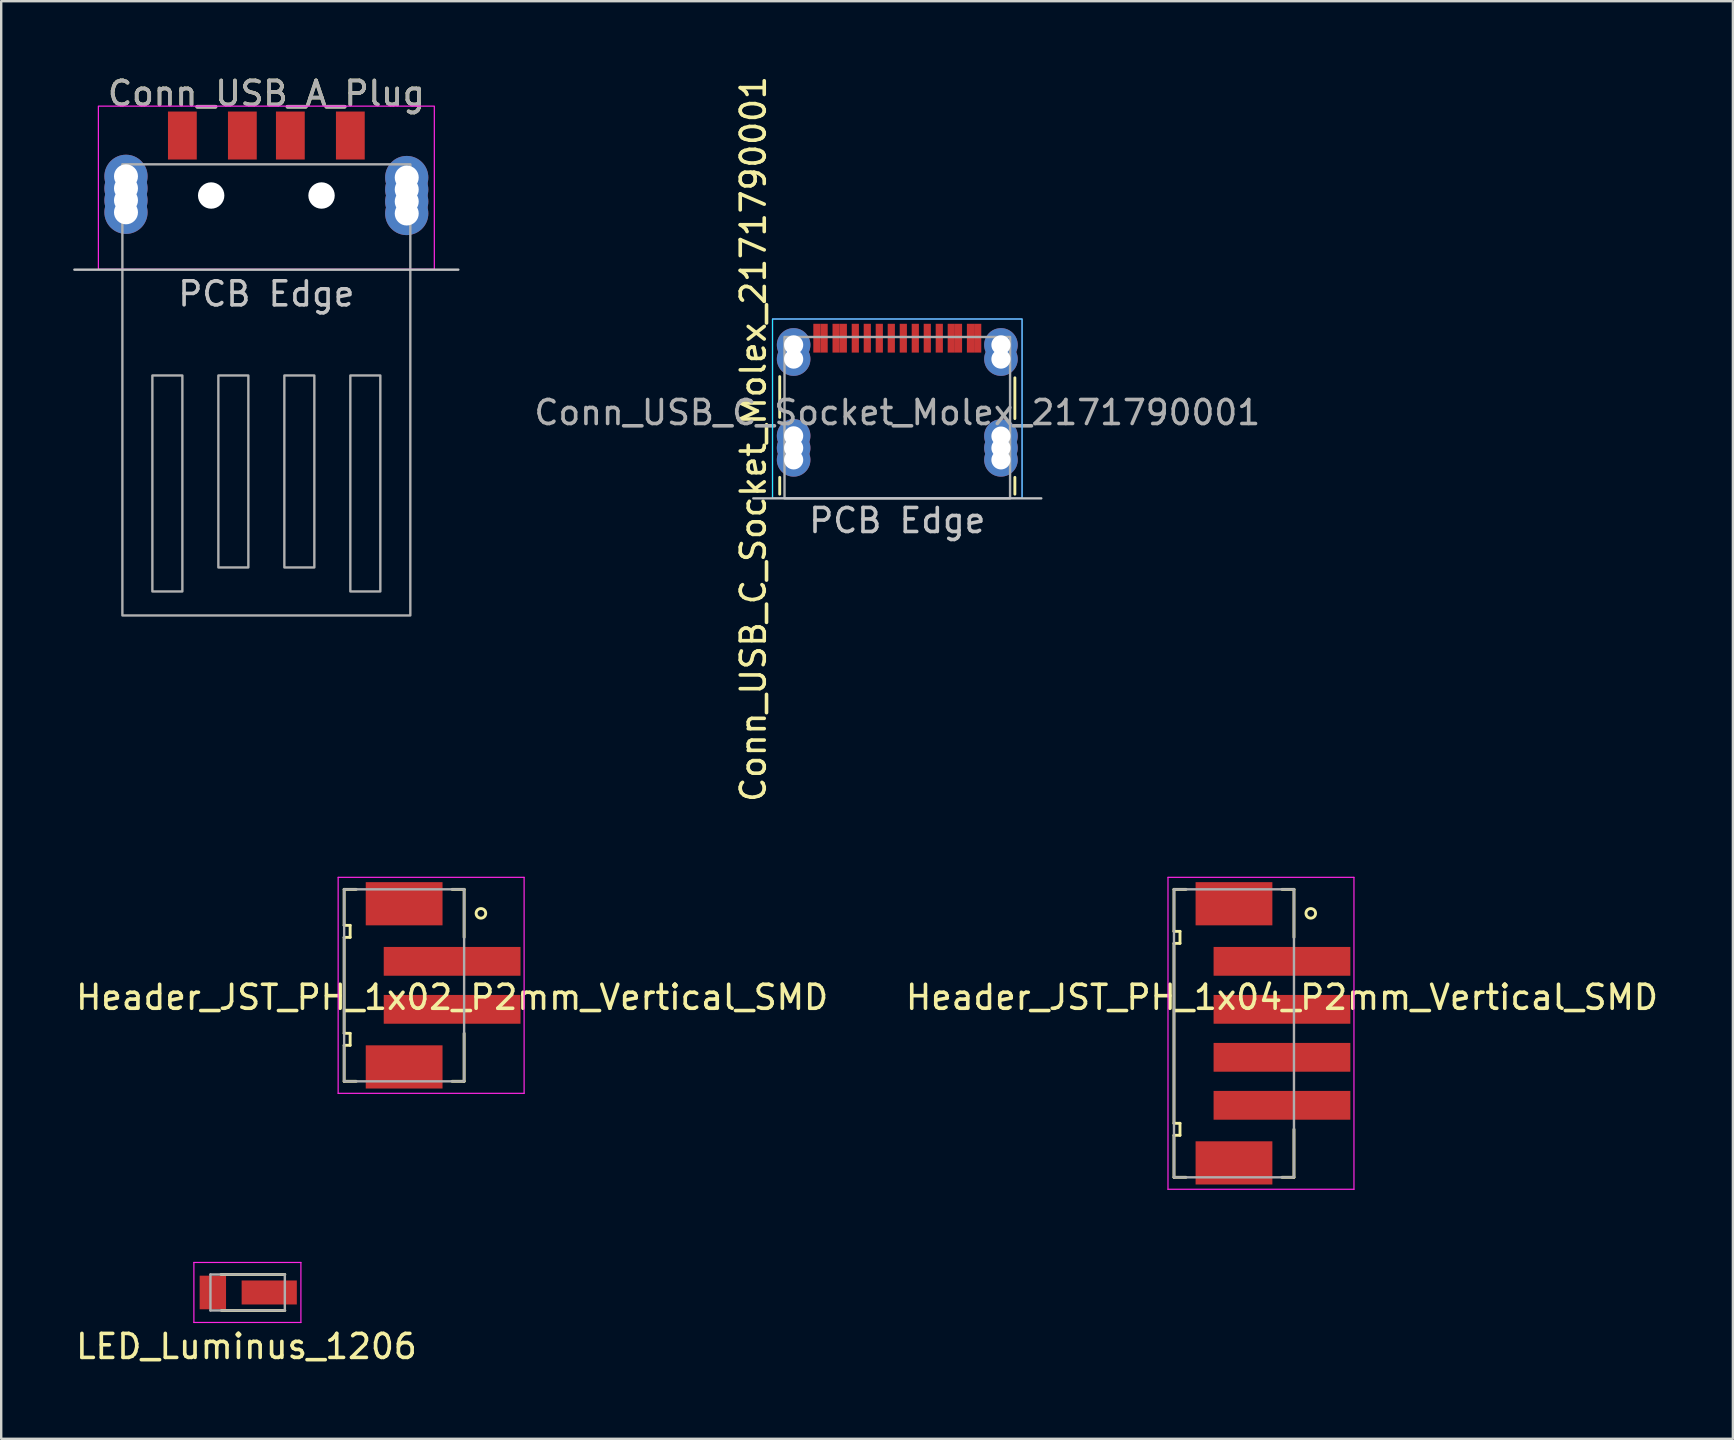
<source format=kicad_pcb>
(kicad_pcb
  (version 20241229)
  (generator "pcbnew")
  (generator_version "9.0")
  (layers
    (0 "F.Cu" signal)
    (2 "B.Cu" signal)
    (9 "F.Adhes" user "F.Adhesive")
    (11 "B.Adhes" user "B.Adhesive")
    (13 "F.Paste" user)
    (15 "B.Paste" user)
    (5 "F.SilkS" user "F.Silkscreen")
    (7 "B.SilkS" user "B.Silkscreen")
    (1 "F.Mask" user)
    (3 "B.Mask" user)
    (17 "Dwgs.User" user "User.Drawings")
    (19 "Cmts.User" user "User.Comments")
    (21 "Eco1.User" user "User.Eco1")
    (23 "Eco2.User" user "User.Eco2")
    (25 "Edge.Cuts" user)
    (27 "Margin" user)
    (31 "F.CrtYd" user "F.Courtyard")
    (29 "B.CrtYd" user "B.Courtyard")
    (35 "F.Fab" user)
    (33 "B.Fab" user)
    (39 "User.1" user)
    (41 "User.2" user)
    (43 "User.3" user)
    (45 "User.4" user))
  (footprint "Conn_USB_C_Socket_Molex_2171790001"
    (layer "F.Cu")
    (at 34.344 11.044)
    (property "Reference" "Conn_USB_C_Socket_Molex_2171790001" (at -6 4.2 90) (unlocked yes) (layer "F.SilkS") (effects (font (size 1 1) (thickness 0.15))))
    (attr smd)
    (fp_line (start -4.9 1.6) (end -4.9 3.3) (stroke (width 0.12) (type solid)) (layer "F.SilkS"))
    (fp_line (start -4.9 6.5) (end -4.9 5.8) (stroke (width 0.12) (type solid)) (layer "F.SilkS"))
    (fp_line (start 4.9 1.65) (end 4.9 3.35) (stroke (width 0.12) (type solid)) (layer "F.SilkS"))
    (fp_line (start 4.9 6.5) (end 4.9 5.8) (stroke (width 0.12) (type solid)) (layer "F.SilkS"))
    (fp_line (start 6 6.675) (end -6 6.675) (stroke (width 0.1) (type solid)) (layer "Dwgs.User"))
    (fp_rect (start -5.2 -0.8) (end 5.2 6.675) (stroke (width 0.05) (type solid)) (fill no) (layer "B.CrtYd"))
    (fp_rect (start -5.2 -0.8) (end 5.2 6.675) (stroke (width 0.05) (type solid)) (fill no) (layer "F.CrtYd"))
    (fp_rect (start -4.7 -0.05) (end 4.7 6.675) (stroke (width 0.1) (type solid)) (fill no) (layer "F.Fab"))
    (fp_text user "PCB Edge" (at 0 7.6 0) (unlocked yes) (layer "Dwgs.User") (effects (font (size 1 1) (thickness 0.15))))
    (fp_text user "${REFERENCE}" (at 0 3.1 0) (unlocked yes) (layer "F.Fab") (effects (font (size 1 1) (thickness 0.15))))
    (pad "A1" smd rect (at -3.35 0) (size 0.3 1.2) (layers "F.Cu" "F.Mask" "F.Paste"))
    (pad "A4" smd rect (at -2.55 0) (size 0.3 1.2) (layers "F.Cu" "F.Mask" "F.Paste"))
    (pad "A5" smd rect (at -1.25 0) (size 0.3 1.2) (layers "F.Cu" "F.Mask" "F.Paste"))
    (pad "A6" smd rect (at -0.25 0) (size 0.3 1.2) (layers "F.Cu" "F.Mask" "F.Paste"))
    (pad "A7" smd rect (at 0.25 0) (size 0.3 1.2) (layers "F.Cu" "F.Mask" "F.Paste"))
    (pad "A8" smd rect (at 1.25 0) (size 0.3 1.2) (layers "F.Cu" "F.Mask" "F.Paste"))
    (pad "A9" smd rect (at 2.55 0) (size 0.3 1.2) (layers "F.Cu" "F.Mask" "F.Paste"))
    (pad "A12" smd rect (at 3.35 0) (size 0.3 1.2) (layers "F.Cu" "F.Mask" "F.Paste"))
    (pad "B1" smd rect (at 3.05 0) (size 0.3 1.2) (layers "F.Cu" "F.Mask" "F.Paste"))
    (pad "B4" smd rect (at 2.25 0) (size 0.3 1.2) (layers "F.Cu" "F.Mask" "F.Paste"))
    (pad "B5" smd rect (at 1.75 0) (size 0.3 1.2) (layers "F.Cu" "F.Mask" "F.Paste"))
    (pad "B6" smd rect (at 0.75 0) (size 0.3 1.2) (layers "F.Cu" "F.Mask" "F.Paste"))
    (pad "B7" smd rect (at -0.75 0) (size 0.3 1.2) (layers "F.Cu" "F.Mask" "F.Paste"))
    (pad "B8" smd rect (at -1.75 0) (size 0.3 1.2) (layers "F.Cu" "F.Mask" "F.Paste"))
    (pad "B9" smd rect (at -2.25 0) (size 0.3 1.2) (layers "F.Cu" "F.Mask" "F.Paste"))
    (pad "B12" smd rect (at -3.05 0) (size 0.3 1.2) (layers "F.Cu" "F.Mask" "F.Paste"))
    (pad "S1" thru_hole circle (at -4.32 0.28) (size 1.4 1.4) (drill 0.8) (layers "*.Cu" "*.Mask"))
    (pad "S1" thru_hole circle (at -4.32 0.87) (size 1.4 1.4) (drill 0.8) (layers "*.Cu" "*.Mask"))
    (pad "S1" thru_hole circle (at -4.32 4.07) (size 1.4 1.4) (drill 0.8) (layers "*.Cu" "*.Mask"))
    (pad "S1" thru_hole circle (at -4.32 4.575) (size 1.4 1.4) (drill 0.8) (layers "*.Cu" "*.Mask"))
    (pad "S1" thru_hole circle (at -4.32 5.07) (size 1.4 1.4) (drill 0.8) (layers "*.Cu" "*.Mask"))
    (pad "S1" thru_hole circle (at 4.32 0.28) (size 1.4 1.4) (drill 0.8) (layers "*.Cu" "*.Mask"))
    (pad "S1" thru_hole circle (at 4.32 0.87) (size 1.4 1.4) (drill 0.8) (layers "*.Cu" "*.Mask"))
    (pad "S1" thru_hole circle (at 4.32 4.08) (size 1.4 1.4) (drill 0.8) (layers "*.Cu" "*.Mask"))
    (pad "S1" thru_hole circle (at 4.32 4.575) (size 1.4 1.4) (drill 0.8) (layers "*.Cu" "*.Mask"))
    (pad "S1" thru_hole circle (at 4.32 5.07) (size 1.4 1.4) (drill 0.8) (layers "*.Cu" "*.Mask")))
  (footprint "Header_JST_PH_1x04_P2mm_Vertical_SMD"
    (layer "F.Cu")
    (at 50.375 38.013)
    (property "Reference" "Header_JST_PH_1x04_P2mm_Vertical_SMD" (at 0 0.5 0) (layer "F.SilkS") (effects (font (size 1 1) (thickness 0.15))))
    (attr through_hole)
    (fp_line (start -4.5 -4) (end -4.5 -2.25) (stroke (width 0.12) (type solid)) (layer "F.SilkS"))
    (fp_line (start -4.5 -4) (end -4 -4) (stroke (width 0.12) (type solid)) (layer "F.SilkS"))
    (fp_line (start -4.5 -2.25) (end -4.25 -2.25) (stroke (width 0.12) (type solid)) (layer "F.SilkS"))
    (fp_line (start -4.5 -1.75) (end -4.5 5.75) (stroke (width 0.12) (type solid)) (layer "F.SilkS"))
    (fp_line (start -4.5 5.75) (end -4.25 5.75) (stroke (width 0.12) (type solid)) (layer "F.SilkS"))
    (fp_line (start -4.5 6.25) (end -4.5 8) (stroke (width 0.12) (type solid)) (layer "F.SilkS"))
    (fp_line (start -4.5 8) (end -4 8) (stroke (width 0.12) (type solid)) (layer "F.SilkS"))
    (fp_line (start -4.25 -2.25) (end -4.25 -1.75) (stroke (width 0.12) (type solid)) (layer "F.SilkS"))
    (fp_line (start -4.25 -1.75) (end -4.5 -1.75) (stroke (width 0.12) (type solid)) (layer "F.SilkS"))
    (fp_line (start -4.25 5.75) (end -4.25 6.25) (stroke (width 0.12) (type solid)) (layer "F.SilkS"))
    (fp_line (start -4.25 6.25) (end -4.5 6.25) (stroke (width 0.12) (type solid)) (layer "F.SilkS"))
    (fp_line (start 0.5 -4) (end 0 -4) (stroke (width 0.12) (type solid)) (layer "F.SilkS"))
    (fp_line (start 0.5 -2) (end 0.5 -4) (stroke (width 0.12) (type solid)) (layer "F.SilkS"))
    (fp_line (start 0.5 8) (end 0 8) (stroke (width 0.12) (type solid)) (layer "F.SilkS"))
    (fp_line (start 0.5 8) (end 0.5 6) (stroke (width 0.12) (type solid)) (layer "F.SilkS"))
    (fp_circle (center 1.2 -3) (end 1.4 -3) (stroke (width 0.12) (type solid)) (fill no) (layer "F.SilkS"))
    (fp_line (start -4.75 -4.5) (end 3 -4.5) (stroke (width 0.05) (type solid)) (layer "F.CrtYd"))
    (fp_line (start -4.75 8.5) (end -4.75 -4.5) (stroke (width 0.05) (type solid)) (layer "F.CrtYd"))
    (fp_line (start 3 -4.5) (end 3 8.5) (stroke (width 0.05) (type solid)) (layer "F.CrtYd"))
    (fp_line (start 3 8.5) (end -4.75 8.5) (stroke (width 0.05) (type solid)) (layer "F.CrtYd"))
    (fp_line (start -4.5 -4) (end 0.5 -4) (stroke (width 0.1) (type solid)) (layer "F.Fab"))
    (fp_line (start -4.5 8) (end -4.5 -4) (stroke (width 0.1) (type solid)) (layer "F.Fab"))
    (fp_line (start 0.5 -4) (end 0.5 8) (stroke (width 0.1) (type solid)) (layer "F.Fab"))
    (fp_line (start 0.5 8) (end -4.5 8) (stroke (width 0.1) (type solid)) (layer "F.Fab"))
    (pad "" smd rect (at -2 -3.4) (size 3.2 1.8) (layers "F.Cu" "F.Mask" "F.Paste"))
    (pad "" smd rect (at -2 7.4) (size 3.2 1.8) (layers "F.Cu" "F.Mask" "F.Paste"))
    (pad "1" smd rect (at 0 -1) (size 5.7 1.2) (layers "F.Cu" "F.Mask" "F.Paste"))
    (pad "2" smd rect (at 0 1) (size 5.7 1.2) (layers "F.Cu" "F.Mask" "F.Paste"))
    (pad "3" smd rect (at 0 3) (size 5.7 1.2) (layers "F.Cu" "F.Mask" "F.Paste"))
    (pad "4" smd rect (at 0 5) (size 5.7 1.2) (layers "F.Cu" "F.Mask" "F.Paste")))
  (footprint "LED_Luminus_1206"
    (layer "F.Cu")
    (at 7.22 50.813)
    (property "Reference" "LED_Luminus_1206" (at 0 2.25 0) (layer "F.SilkS") (effects (font (size 1 1) (thickness 0.15))))
    (attr through_hole)
    (fp_line (start -1.04 0.75) (end 1.6 0.75) (stroke (width 0.12) (type solid)) (layer "F.SilkS"))
    (fp_line (start 1.6 -0.75) (end -1.06 -0.75) (stroke (width 0.12) (type solid)) (layer "F.SilkS"))
    (fp_line (start -2.19 -1.25) (end 2.27 -1.25) (stroke (width 0.05) (type solid)) (layer "F.CrtYd"))
    (fp_line (start -2.19 1.25) (end -2.19 -1.25) (stroke (width 0.05) (type solid)) (layer "F.CrtYd"))
    (fp_line (start 2.27 -1.25) (end 2.27 1.25) (stroke (width 0.05) (type solid)) (layer "F.CrtYd"))
    (fp_line (start 2.27 1.25) (end -2.19 1.25) (stroke (width 0.05) (type solid)) (layer "F.CrtYd"))
    (fp_line (start -1.5 -0.75) (end 1.6 -0.75) (stroke (width 0.1) (type solid)) (layer "F.Fab"))
    (fp_line (start -1.5 0.75) (end -1.5 -0.75) (stroke (width 0.1) (type solid)) (layer "F.Fab"))
    (fp_line (start 1.6 -0.75) (end 1.6 0.75) (stroke (width 0.1) (type solid)) (layer "F.Fab"))
    (fp_line (start 1.6 0.75) (end -1.5 0.75) (stroke (width 0.1) (type solid)) (layer "F.Fab"))
    (pad "1" smd rect (at 0.95 0) (size 2.3 1) (layers "F.Cu" "F.Mask" "F.Paste"))
    (pad "2" smd rect (at -1.4 0) (size 1.1 1.4) (layers "F.Cu" "F.Mask" "F.Paste")))
  (footprint "Conn_USB_A_Plug"
    (layer "F.Cu")
    (at 8.05 4.173)
    (property "Reference" "Conn_USB_A_Plug" (at 0 -3.325 0) (unlocked yes) (layer "F.SilkS") (effects (font (size 1 1) (thickness 0.15))))
    (attr smd)
    (fp_line (start 8 4.015) (end -8 4.015) (stroke (width 0.1) (type solid)) (layer "Dwgs.User"))
    (fp_rect (start -7 -2.8) (end 7 4) (stroke (width 0.05) (type solid)) (fill no) (layer "F.CrtYd"))
    (fp_rect (start -6 -0.375) (end 6 18.425) (stroke (width 0.1) (type solid)) (fill no) (layer "F.Fab"))
    (fp_rect (start -4.75 8.425) (end -3.5 17.425) (stroke (width 0.1) (type solid)) (fill no) (layer "F.Fab"))
    (fp_rect (start -2 8.425) (end -0.75 16.425) (stroke (width 0.1) (type solid)) (fill no) (layer "F.Fab"))
    (fp_rect (start 0.75 8.425) (end 2 16.425) (stroke (width 0.1) (type solid)) (fill no) (layer "F.Fab"))
    (fp_rect (start 3.5 8.425) (end 4.75 17.425) (stroke (width 0.1) (type solid)) (fill no) (layer "F.Fab"))
    (fp_text user "PCB Edge" (at 0 5.025 0) (unlocked yes) (layer "Dwgs.User") (effects (font (size 1 1) (thickness 0.15))))
    (fp_text user "${REFERENCE}" (at 0 -3.325 0) (unlocked yes) (layer "F.Fab") (effects (font (size 1 1) (thickness 0.15))))
    (pad "" thru_hole circle (at -2.3 0.925) (size 1.4 1.4) (drill 1.1) (layers "*.Cu" "*.Mask") (remove_unused_layers yes) (zone_layer_connections))
    (pad "" thru_hole circle (at 2.3 0.925) (size 1.4 1.4) (drill 1.1) (layers "*.Cu" "*.Mask") (remove_unused_layers yes) (zone_layer_connections))
    (pad "1" smd rect (at 3.5 -1.575) (size 1.2 2) (layers "F.Cu" "F.Mask" "F.Paste"))
    (pad "2" smd rect (at 1 -1.575) (size 1.2 2) (layers "F.Cu" "F.Mask" "F.Paste"))
    (pad "3" smd rect (at -1 -1.575) (size 1.2 2) (layers "F.Cu" "F.Mask" "F.Paste"))
    (pad "4" smd rect (at -3.5 -1.575) (size 1.2 2) (layers "F.Cu" "F.Mask" "F.Paste"))
    (pad "5" thru_hole circle (at -5.85 0.125) (size 1.8 1.8) (drill 1) (layers "*.Cu" "*.Mask"))
    (pad "5" thru_hole circle (at -5.85 0.625) (size 1.8 1.8) (drill 1) (layers "*.Cu" "*.Mask"))
    (pad "5" thru_hole circle (at -5.85 1.125) (size 1.8 1.8) (drill 1) (layers "*.Cu" "*.Mask"))
    (pad "5" thru_hole circle (at -5.85 1.625) (size 1.8 1.8) (drill 1) (layers "*.Cu" "*.Mask"))
    (pad "5" thru_hole circle (at 5.85 0.175) (size 1.8 1.8) (drill 1) (layers "*.Cu" "*.Mask"))
    (pad "5" thru_hole circle (at 5.85 0.675) (size 1.8 1.8) (drill 1) (layers "*.Cu" "*.Mask"))
    (pad "5" thru_hole circle (at 5.85 1.175) (size 1.8 1.8) (drill 1) (layers "*.Cu" "*.Mask"))
    (pad "5" thru_hole circle (at 5.85 1.675) (size 1.8 1.8) (drill 1) (layers "*.Cu" "*.Mask")))
  (footprint "Header_JST_PH_1x02_P2mm_Vertical_SMD"
    (layer "F.Cu")
    (at 15.792 38.013)
    (property "Reference" "Header_JST_PH_1x02_P2mm_Vertical_SMD" (at 0 0.5 0) (layer "F.SilkS") (effects (font (size 1 1) (thickness 0.15))))
    (attr through_hole)
    (fp_line (start -4.5 -4) (end -4.5 -2.5) (stroke (width 0.12) (type solid)) (layer "F.SilkS"))
    (fp_line (start -4.5 -4) (end -4 -4) (stroke (width 0.12) (type solid)) (layer "F.SilkS"))
    (fp_line (start -4.5 -2.5) (end -4.25 -2.5) (stroke (width 0.12) (type solid)) (layer "F.SilkS"))
    (fp_line (start -4.5 -2) (end -4.5 2) (stroke (width 0.12) (type solid)) (layer "F.SilkS"))
    (fp_line (start -4.5 2) (end -4.25 2) (stroke (width 0.12) (type solid)) (layer "F.SilkS"))
    (fp_line (start -4.5 2.5) (end -4.5 4) (stroke (width 0.12) (type solid)) (layer "F.SilkS"))
    (fp_line (start -4.5 4) (end -4 4) (stroke (width 0.12) (type solid)) (layer "F.SilkS"))
    (fp_line (start -4.25 -2.5) (end -4.25 -2) (stroke (width 0.12) (type solid)) (layer "F.SilkS"))
    (fp_line (start -4.25 -2) (end -4.5 -2) (stroke (width 0.12) (type solid)) (layer "F.SilkS"))
    (fp_line (start -4.25 2) (end -4.25 2.5) (stroke (width 0.12) (type solid)) (layer "F.SilkS"))
    (fp_line (start -4.25 2.5) (end -4.5 2.5) (stroke (width 0.12) (type solid)) (layer "F.SilkS"))
    (fp_line (start 0.5 -4) (end 0 -4) (stroke (width 0.12) (type solid)) (layer "F.SilkS"))
    (fp_line (start 0.5 -2) (end 0.5 -4) (stroke (width 0.12) (type solid)) (layer "F.SilkS"))
    (fp_line (start 0.5 4) (end 0 4) (stroke (width 0.12) (type solid)) (layer "F.SilkS"))
    (fp_line (start 0.5 4) (end 0.5 2) (stroke (width 0.12) (type solid)) (layer "F.SilkS"))
    (fp_circle (center 1.2 -3) (end 1.4 -3) (stroke (width 0.12) (type solid)) (fill no) (layer "F.SilkS"))
    (fp_line (start -4.75 -4.5) (end 3 -4.5) (stroke (width 0.05) (type solid)) (layer "F.CrtYd"))
    (fp_line (start -4.75 4.5) (end -4.75 -4.5) (stroke (width 0.05) (type solid)) (layer "F.CrtYd"))
    (fp_line (start 3 -4.5) (end 3 4.5) (stroke (width 0.05) (type solid)) (layer "F.CrtYd"))
    (fp_line (start 3 4.5) (end -4.75 4.5) (stroke (width 0.05) (type solid)) (layer "F.CrtYd"))
    (fp_line (start -4.5 -4) (end 0.5 -4) (stroke (width 0.1) (type solid)) (layer "F.Fab"))
    (fp_line (start -4.5 4) (end -4.5 -4) (stroke (width 0.1) (type solid)) (layer "F.Fab"))
    (fp_line (start 0.5 -4) (end 0.5 4) (stroke (width 0.1) (type solid)) (layer "F.Fab"))
    (fp_line (start 0.5 4) (end -4.5 4) (stroke (width 0.1) (type solid)) (layer "F.Fab"))
    (pad "" smd rect (at -2 -3.4) (size 3.2 1.8) (layers "F.Cu" "F.Mask" "F.Paste"))
    (pad "" smd rect (at -2 3.4) (size 3.2 1.8) (layers "F.Cu" "F.Mask" "F.Paste"))
    (pad "1" smd rect (at 0 -1) (size 5.7 1.2) (layers "F.Cu" "F.Mask" "F.Paste"))
    (pad "2" smd rect (at 0 1) (size 5.7 1.2) (layers "F.Cu" "F.Mask" "F.Paste")))
  (gr_rect
    (start -3 -3)
    (end 69.167 56.911)
    (stroke (width 0.1) (type default))
    (fill no)
    (layer "Edge.Cuts")))
</source>
